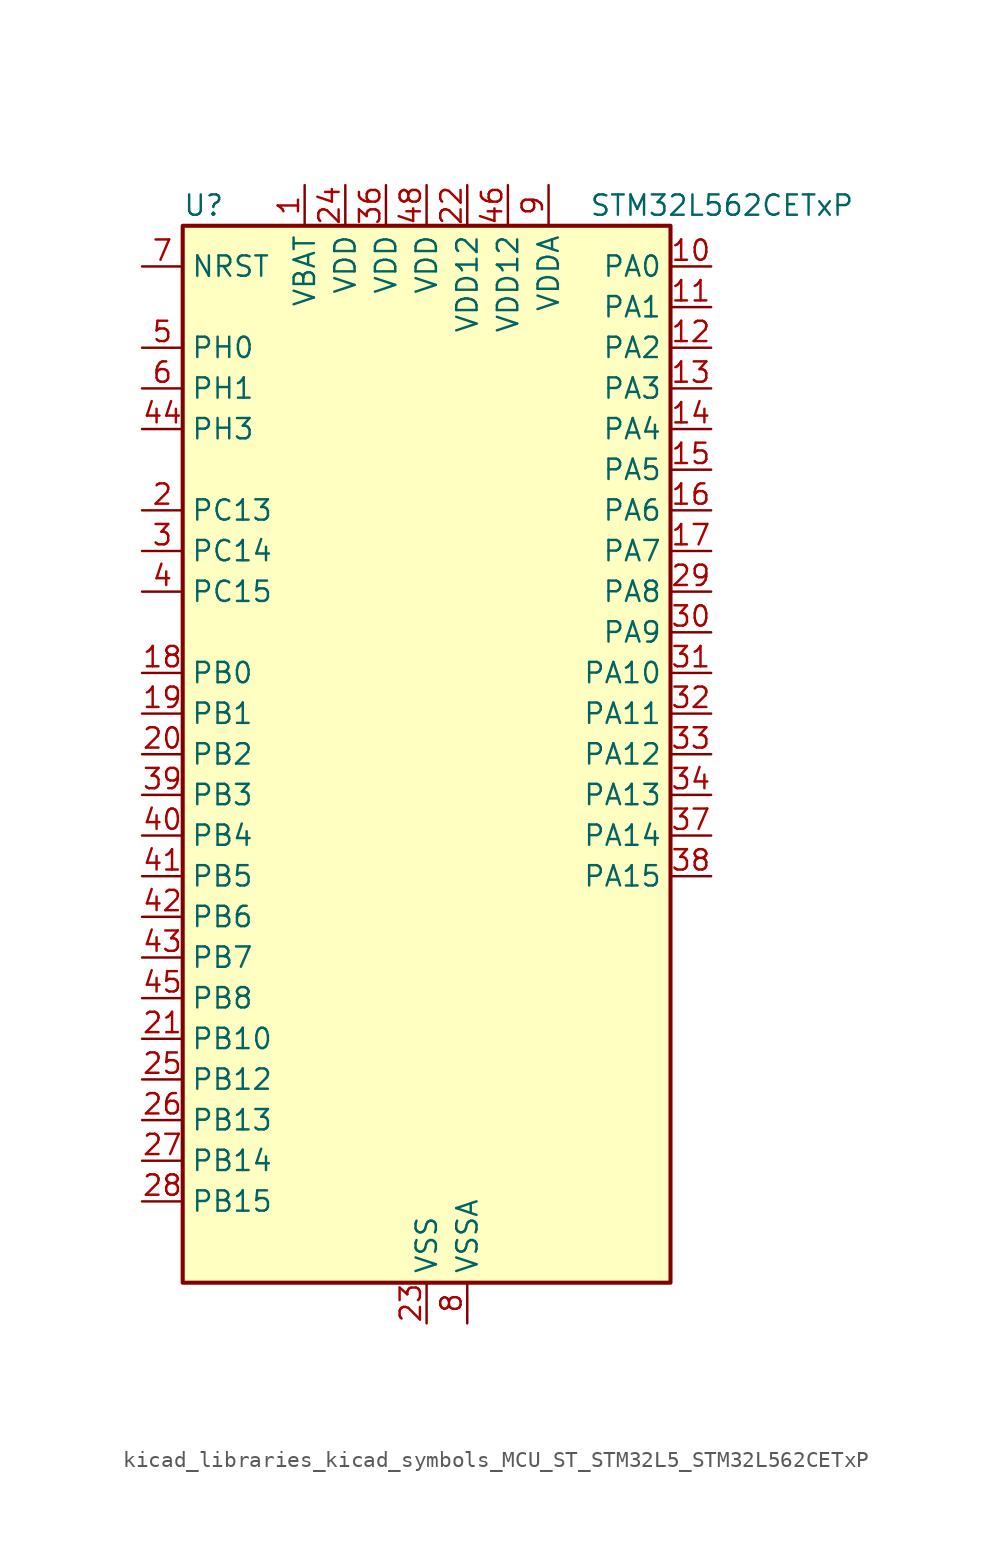
<source format=kicad_sym>
(kicad_symbol_lib
  (version 20220914)
  (generator kicad_symbol_editor)
  (symbol "kicad_libraries_kicad_symbols_MCU_ST_STM32L5_STM32L562CETxP"
    (property "Reference" "U"
      (at -15.24 34.29 0)
      (effects (font (size 1.27 1.27)) (justify left)))
    (property "Value" "STM32L562CETxP"
      (at 10.16 34.29 0)
      (effects (font (size 1.27 1.27)) (justify left)))
    (property "ki_locked" ""
      (at 0 0 0)
      (effects (font (size 1.27 1.27))))
    (symbol "kicad_libraries_kicad_symbols_MCU_ST_STM32L5_STM32L562CETxP_0_1"
      (rectangle (start -15.24 -33.02) (end 15.24 33.02) (stroke (width 0.254) (type default)) (fill (type background))))
    (symbol "kicad_libraries_kicad_symbols_MCU_ST_STM32L5_STM32L562CETxP_1_1"
      (pin power_in line (at -7.62 35.56 270) (length 2.54) (name "VBAT" (effects (font (size 1.27 1.27)))) (number "1" (effects (font (size 1.27 1.27)))))
      (pin bidirectional line (at 17.78 30.48 180) (length 2.54) (name "PA0" (effects (font (size 1.27 1.27)))) (number "10" (effects (font (size 1.27 1.27)))) (alternate "ADC1_IN5" bidirectional line) (alternate "ADC2_IN5" bidirectional line) (alternate "OPAMP1_VINP" bidirectional line) (alternate "PWR_WKUP1" bidirectional line) (alternate "SAI1_EXTCLK" bidirectional line) (alternate "TAMP_IN2" bidirectional line) (alternate "TAMP_OUT1" bidirectional line) (alternate "TIM2_CH1" bidirectional line) (alternate "TIM2_ETR" bidirectional line) (alternate "TIM5_CH1" bidirectional line) (alternate "TIM8_ETR" bidirectional line) (alternate "UART4_TX" bidirectional line) (alternate "USART2_CTS" bidirectional line) (alternate "USART2_NSS" bidirectional line))
      (pin bidirectional line (at 17.78 27.94 180) (length 2.54) (name "PA1" (effects (font (size 1.27 1.27)))) (number "11" (effects (font (size 1.27 1.27)))) (alternate "ADC1_IN6" bidirectional line) (alternate "ADC2_IN6" bidirectional line) (alternate "I2C1_SMBA" bidirectional line) (alternate "OCTOSPI1_DQS" bidirectional line) (alternate "OPAMP1_VINM" bidirectional line) (alternate "SPI1_SCK" bidirectional line) (alternate "TAMP_IN5" bidirectional line) (alternate "TAMP_OUT4" bidirectional line) (alternate "TIM15_CH1N" bidirectional line) (alternate "TIM2_CH2" bidirectional line) (alternate "TIM5_CH2" bidirectional line) (alternate "UART4_RX" bidirectional line) (alternate "USART2_DE" bidirectional line) (alternate "USART2_RTS" bidirectional line))
      (pin bidirectional line (at 17.78 25.4 180) (length 2.54) (name "PA2" (effects (font (size 1.27 1.27)))) (number "12" (effects (font (size 1.27 1.27)))) (alternate "ADC1_IN7" bidirectional line) (alternate "ADC2_IN7" bidirectional line) (alternate "COMP1_INP" bidirectional line) (alternate "LPUART1_TX" bidirectional line) (alternate "OCTOSPI1_NCS" bidirectional line) (alternate "PWR_WKUP4" bidirectional line) (alternate "RCC_LSCO" bidirectional line) (alternate "SAI2_EXTCLK" bidirectional line) (alternate "TIM15_CH1" bidirectional line) (alternate "TIM2_CH3" bidirectional line) (alternate "TIM5_CH3" bidirectional line) (alternate "UCPD1_FRSTX1" bidirectional line) (alternate "USART2_TX" bidirectional line))
      (pin bidirectional line (at 17.78 22.86 180) (length 2.54) (name "PA3" (effects (font (size 1.27 1.27)))) (number "13" (effects (font (size 1.27 1.27)))) (alternate "ADC1_IN8" bidirectional line) (alternate "ADC2_IN8" bidirectional line) (alternate "LPUART1_RX" bidirectional line) (alternate "OCTOSPI1_CLK" bidirectional line) (alternate "OPAMP1_VOUT" bidirectional line) (alternate "SAI1_CK1" bidirectional line) (alternate "SAI1_MCLK_A" bidirectional line) (alternate "TIM15_CH2" bidirectional line) (alternate "TIM2_CH4" bidirectional line) (alternate "TIM5_CH4" bidirectional line) (alternate "USART2_RX" bidirectional line))
      (pin bidirectional line (at 17.78 20.32 180) (length 2.54) (name "PA4" (effects (font (size 1.27 1.27)))) (number "14" (effects (font (size 1.27 1.27)))) (alternate "ADC1_IN9" bidirectional line) (alternate "ADC2_IN9" bidirectional line) (alternate "DAC1_OUT1" bidirectional line) (alternate "LPTIM2_OUT" bidirectional line) (alternate "OCTOSPI1_NCS" bidirectional line) (alternate "SAI1_FS_B" bidirectional line) (alternate "SPI1_NSS" bidirectional line) (alternate "SPI3_NSS" bidirectional line) (alternate "USART2_CK" bidirectional line))
      (pin bidirectional line (at 17.78 17.78 180) (length 2.54) (name "PA5" (effects (font (size 1.27 1.27)))) (number "15" (effects (font (size 1.27 1.27)))) (alternate "ADC1_IN10" bidirectional line) (alternate "ADC2_IN10" bidirectional line) (alternate "DAC1_OUT2" bidirectional line) (alternate "LPTIM2_ETR" bidirectional line) (alternate "SPI1_SCK" bidirectional line) (alternate "TIM2_CH1" bidirectional line) (alternate "TIM2_ETR" bidirectional line) (alternate "TIM8_CH1N" bidirectional line))
      (pin bidirectional line (at 17.78 15.24 180) (length 2.54) (name "PA6" (effects (font (size 1.27 1.27)))) (number "16" (effects (font (size 1.27 1.27)))) (alternate "ADC1_IN11" bidirectional line) (alternate "ADC2_IN11" bidirectional line) (alternate "LPUART1_CTS" bidirectional line) (alternate "OCTOSPI1_IO3" bidirectional line) (alternate "OPAMP2_VINP" bidirectional line) (alternate "SPI1_MISO" bidirectional line) (alternate "TIM16_CH1" bidirectional line) (alternate "TIM1_BKIN" bidirectional line) (alternate "TIM3_CH1" bidirectional line) (alternate "TIM8_BKIN" bidirectional line) (alternate "USART3_CTS" bidirectional line) (alternate "USART3_NSS" bidirectional line))
      (pin bidirectional line (at 17.78 12.7 180) (length 2.54) (name "PA7" (effects (font (size 1.27 1.27)))) (number "17" (effects (font (size 1.27 1.27)))) (alternate "ADC1_IN12" bidirectional line) (alternate "ADC2_IN12" bidirectional line) (alternate "I2C3_SCL" bidirectional line) (alternate "OCTOSPI1_IO2" bidirectional line) (alternate "OPAMP2_VINM" bidirectional line) (alternate "SPI1_MOSI" bidirectional line) (alternate "TIM17_CH1" bidirectional line) (alternate "TIM1_CH1N" bidirectional line) (alternate "TIM3_CH2" bidirectional line) (alternate "TIM8_CH1N" bidirectional line))
      (pin bidirectional line (at -17.78 5.08 0) (length 2.54) (name "PB0" (effects (font (size 1.27 1.27)))) (number "18" (effects (font (size 1.27 1.27)))) (alternate "ADC1_IN15" bidirectional line) (alternate "ADC2_IN15" bidirectional line) (alternate "COMP1_OUT" bidirectional line) (alternate "OCTOSPI1_IO1" bidirectional line) (alternate "OPAMP2_VOUT" bidirectional line) (alternate "SAI1_EXTCLK" bidirectional line) (alternate "SPI1_NSS" bidirectional line) (alternate "TIM1_CH2N" bidirectional line) (alternate "TIM3_CH3" bidirectional line) (alternate "TIM8_CH2N" bidirectional line) (alternate "USART3_CK" bidirectional line))
      (pin bidirectional line (at -17.78 2.54 0) (length 2.54) (name "PB1" (effects (font (size 1.27 1.27)))) (number "19" (effects (font (size 1.27 1.27)))) (alternate "ADC1_IN16" bidirectional line) (alternate "ADC2_IN16" bidirectional line) (alternate "COMP1_INM" bidirectional line) (alternate "DFSDM1_DATIN0" bidirectional line) (alternate "LPTIM2_IN1" bidirectional line) (alternate "LPUART1_DE" bidirectional line) (alternate "LPUART1_RTS" bidirectional line) (alternate "OCTOSPI1_IO0" bidirectional line) (alternate "TIM1_CH3N" bidirectional line) (alternate "TIM3_CH4" bidirectional line) (alternate "TIM8_CH3N" bidirectional line) (alternate "USART3_DE" bidirectional line) (alternate "USART3_RTS" bidirectional line))
      (pin bidirectional line (at -17.78 15.24 0) (length 2.54) (name "PC13" (effects (font (size 1.27 1.27)))) (number "2" (effects (font (size 1.27 1.27)))) (alternate "PWR_WKUP2" bidirectional line) (alternate "RTC_OUT1" bidirectional line) (alternate "RTC_TS" bidirectional line) (alternate "TAMP_IN1" bidirectional line) (alternate "TAMP_OUT2" bidirectional line))
      (pin bidirectional line (at -17.78 0 0) (length 2.54) (name "PB2" (effects (font (size 1.27 1.27)))) (number "20" (effects (font (size 1.27 1.27)))) (alternate "COMP1_INP" bidirectional line) (alternate "DFSDM1_CKIN0" bidirectional line) (alternate "I2C3_SMBA" bidirectional line) (alternate "LPTIM1_OUT" bidirectional line) (alternate "OCTOSPI1_DQS" bidirectional line) (alternate "RTC_OUT2" bidirectional line) (alternate "UCPD1_FRSTX1" bidirectional line))
      (pin bidirectional line (at -17.78 -17.78 0) (length 2.54) (name "PB10" (effects (font (size 1.27 1.27)))) (number "21" (effects (font (size 1.27 1.27)))) (alternate "COMP1_OUT" bidirectional line) (alternate "I2C2_SCL" bidirectional line) (alternate "I2C4_SCL" bidirectional line) (alternate "LPTIM3_OUT" bidirectional line) (alternate "LPUART1_RX" bidirectional line) (alternate "OCTOSPI1_CLK" bidirectional line) (alternate "SAI1_SCK_A" bidirectional line) (alternate "SPI2_SCK" bidirectional line) (alternate "TIM2_CH3" bidirectional line) (alternate "TSC_SYNC" bidirectional line) (alternate "USART3_TX" bidirectional line))
      (pin power_in line (at 2.54 35.56 270) (length 2.54) (name "VDD12" (effects (font (size 1.27 1.27)))) (number "22" (effects (font (size 1.27 1.27)))))
      (pin power_in line (at 0 -35.56 90) (length 2.54) (name "VSS" (effects (font (size 1.27 1.27)))) (number "23" (effects (font (size 1.27 1.27)))))
      (pin power_in line (at -5.08 35.56 270) (length 2.54) (name "VDD" (effects (font (size 1.27 1.27)))) (number "24" (effects (font (size 1.27 1.27)))))
      (pin bidirectional line (at -17.78 -20.32 0) (length 2.54) (name "PB12" (effects (font (size 1.27 1.27)))) (number "25" (effects (font (size 1.27 1.27)))) (alternate "DFSDM1_DATIN1" bidirectional line) (alternate "I2C2_SMBA" bidirectional line) (alternate "LPUART1_DE" bidirectional line) (alternate "LPUART1_RTS" bidirectional line) (alternate "OCTOSPI1_NCLK" bidirectional line) (alternate "SAI2_FS_A" bidirectional line) (alternate "SPI2_NSS" bidirectional line) (alternate "TIM15_BKIN" bidirectional line) (alternate "TIM1_BKIN" bidirectional line) (alternate "TSC_G1_IO1" bidirectional line) (alternate "USART3_CK" bidirectional line))
      (pin bidirectional line (at -17.78 -22.86 0) (length 2.54) (name "PB13" (effects (font (size 1.27 1.27)))) (number "26" (effects (font (size 1.27 1.27)))) (alternate "DFSDM1_CKIN1" bidirectional line) (alternate "I2C2_SCL" bidirectional line) (alternate "LPTIM3_IN1" bidirectional line) (alternate "LPUART1_CTS" bidirectional line) (alternate "SAI2_SCK_A" bidirectional line) (alternate "SPI2_SCK" bidirectional line) (alternate "TIM15_CH1N" bidirectional line) (alternate "TIM1_CH1N" bidirectional line) (alternate "TSC_G1_IO2" bidirectional line) (alternate "UCPD1_FRSTX2" bidirectional line) (alternate "USART3_CTS" bidirectional line) (alternate "USART3_NSS" bidirectional line))
      (pin bidirectional line (at -17.78 -25.4 0) (length 2.54) (name "PB14" (effects (font (size 1.27 1.27)))) (number "27" (effects (font (size 1.27 1.27)))) (alternate "DFSDM1_DATIN2" bidirectional line) (alternate "I2C2_SDA" bidirectional line) (alternate "LPTIM3_ETR" bidirectional line) (alternate "SAI2_MCLK_A" bidirectional line) (alternate "SPI2_MISO" bidirectional line) (alternate "TIM15_CH1" bidirectional line) (alternate "TIM1_CH2N" bidirectional line) (alternate "TIM8_CH2N" bidirectional line) (alternate "TSC_G1_IO3" bidirectional line) (alternate "UCPD1_DBCC2" bidirectional line) (alternate "USART3_DE" bidirectional line) (alternate "USART3_RTS" bidirectional line))
      (pin bidirectional line (at -17.78 -27.94 0) (length 2.54) (name "PB15" (effects (font (size 1.27 1.27)))) (number "28" (effects (font (size 1.27 1.27)))) (alternate "ADC1_EXTI15" bidirectional line) (alternate "ADC2_EXTI15" bidirectional line) (alternate "DFSDM1_CKIN2" bidirectional line) (alternate "RTC_REFIN" bidirectional line) (alternate "SAI2_SD_A" bidirectional line) (alternate "SPI2_MOSI" bidirectional line) (alternate "TIM15_CH2" bidirectional line) (alternate "TIM1_CH3N" bidirectional line) (alternate "TIM8_CH3N" bidirectional line) (alternate "UCPD1_CC2" bidirectional line))
      (pin bidirectional line (at 17.78 10.16 180) (length 2.54) (name "PA8" (effects (font (size 1.27 1.27)))) (number "29" (effects (font (size 1.27 1.27)))) (alternate "LPTIM2_OUT" bidirectional line) (alternate "RCC_MCO" bidirectional line) (alternate "SAI1_CK2" bidirectional line) (alternate "SAI1_SCK_A" bidirectional line) (alternate "TIM1_CH1" bidirectional line) (alternate "USART1_CK" bidirectional line))
      (pin bidirectional line (at -17.78 12.7 0) (length 2.54) (name "PC14" (effects (font (size 1.27 1.27)))) (number "3" (effects (font (size 1.27 1.27)))) (alternate "RCC_OSC32_IN" bidirectional line))
      (pin bidirectional line (at 17.78 7.62 180) (length 2.54) (name "PA9" (effects (font (size 1.27 1.27)))) (number "30" (effects (font (size 1.27 1.27)))) (alternate "DAC1_EXTI9" bidirectional line) (alternate "SAI1_FS_A" bidirectional line) (alternate "SPI2_SCK" bidirectional line) (alternate "TIM15_BKIN" bidirectional line) (alternate "TIM1_CH2" bidirectional line) (alternate "USART1_TX" bidirectional line))
      (pin bidirectional line (at 17.78 5.08 180) (length 2.54) (name "PA10" (effects (font (size 1.27 1.27)))) (number "31" (effects (font (size 1.27 1.27)))) (alternate "CRS_SYNC" bidirectional line) (alternate "SAI1_D1" bidirectional line) (alternate "SAI1_SD_A" bidirectional line) (alternate "TIM17_BKIN" bidirectional line) (alternate "TIM1_CH3" bidirectional line) (alternate "USART1_RX" bidirectional line))
      (pin bidirectional line (at 17.78 2.54 180) (length 2.54) (name "PA11" (effects (font (size 1.27 1.27)))) (number "32" (effects (font (size 1.27 1.27)))) (alternate "ADC1_EXTI11" bidirectional line) (alternate "ADC2_EXTI11" bidirectional line) (alternate "FDCAN1_RX" bidirectional line) (alternate "SPI1_MISO" bidirectional line) (alternate "TIM1_BKIN2" bidirectional line) (alternate "TIM1_CH4" bidirectional line) (alternate "USART1_CTS" bidirectional line) (alternate "USART1_NSS" bidirectional line) (alternate "USB_DM" bidirectional line))
      (pin bidirectional line (at 17.78 0 180) (length 2.54) (name "PA12" (effects (font (size 1.27 1.27)))) (number "33" (effects (font (size 1.27 1.27)))) (alternate "FDCAN1_TX" bidirectional line) (alternate "SPI1_MOSI" bidirectional line) (alternate "TIM1_ETR" bidirectional line) (alternate "USART1_DE" bidirectional line) (alternate "USART1_RTS" bidirectional line) (alternate "USB_DP" bidirectional line))
      (pin bidirectional line (at 17.78 -2.54 180) (length 2.54) (name "PA13" (effects (font (size 1.27 1.27)))) (number "34" (effects (font (size 1.27 1.27)))) (alternate "DEBUG_JTMS-SWDIO" bidirectional line) (alternate "IR_OUT" bidirectional line) (alternate "SAI1_SD_B" bidirectional line) (alternate "USB_NOE" bidirectional line))
      (pin passive line (at 0 -35.56 90) (length 2.54) hide (name "VSS" (effects (font (size 1.27 1.27)))) (number "35" (effects (font (size 1.27 1.27)))))
      (pin power_in line (at -2.54 35.56 270) (length 2.54) (name "VDD" (effects (font (size 1.27 1.27)))) (number "36" (effects (font (size 1.27 1.27)))))
      (pin bidirectional line (at 17.78 -5.08 180) (length 2.54) (name "PA14" (effects (font (size 1.27 1.27)))) (number "37" (effects (font (size 1.27 1.27)))) (alternate "DEBUG_JTCK-SWCLK" bidirectional line) (alternate "I2C1_SMBA" bidirectional line) (alternate "I2C4_SMBA" bidirectional line) (alternate "LPTIM1_OUT" bidirectional line) (alternate "SAI1_FS_B" bidirectional line))
      (pin bidirectional line (at 17.78 -7.62 180) (length 2.54) (name "PA15" (effects (font (size 1.27 1.27)))) (number "38" (effects (font (size 1.27 1.27)))) (alternate "ADC1_EXTI15" bidirectional line) (alternate "ADC2_EXTI15" bidirectional line) (alternate "DEBUG_JTDI" bidirectional line) (alternate "SAI2_FS_B" bidirectional line) (alternate "SPI1_NSS" bidirectional line) (alternate "SPI3_NSS" bidirectional line) (alternate "TIM2_CH1" bidirectional line) (alternate "TIM2_ETR" bidirectional line) (alternate "UART4_DE" bidirectional line) (alternate "UART4_RTS" bidirectional line) (alternate "UCPD1_CC1" bidirectional line) (alternate "USART2_RX" bidirectional line) (alternate "USART3_DE" bidirectional line) (alternate "USART3_RTS" bidirectional line))
      (pin bidirectional line (at -17.78 -2.54 0) (length 2.54) (name "PB3" (effects (font (size 1.27 1.27)))) (number "39" (effects (font (size 1.27 1.27)))) (alternate "COMP2_INM" bidirectional line) (alternate "CRS_SYNC" bidirectional line) (alternate "DEBUG_JTDO-SWO" bidirectional line) (alternate "SAI1_SCK_B" bidirectional line) (alternate "SPI1_SCK" bidirectional line) (alternate "SPI3_SCK" bidirectional line) (alternate "TIM2_CH2" bidirectional line) (alternate "USART1_DE" bidirectional line) (alternate "USART1_RTS" bidirectional line))
      (pin bidirectional line (at -17.78 10.16 0) (length 2.54) (name "PC15" (effects (font (size 1.27 1.27)))) (number "4" (effects (font (size 1.27 1.27)))) (alternate "ADC1_EXTI15" bidirectional line) (alternate "ADC2_EXTI15" bidirectional line) (alternate "RCC_OSC32_OUT" bidirectional line))
      (pin bidirectional line (at -17.78 -5.08 0) (length 2.54) (name "PB4" (effects (font (size 1.27 1.27)))) (number "40" (effects (font (size 1.27 1.27)))) (alternate "COMP2_INP" bidirectional line) (alternate "DEBUG_JTRST" bidirectional line) (alternate "I2C3_SDA" bidirectional line) (alternate "SAI1_MCLK_B" bidirectional line) (alternate "SPI1_MISO" bidirectional line) (alternate "SPI3_MISO" bidirectional line) (alternate "TIM17_BKIN" bidirectional line) (alternate "TIM3_CH1" bidirectional line) (alternate "TSC_G2_IO1" bidirectional line) (alternate "USART1_CTS" bidirectional line) (alternate "USART1_NSS" bidirectional line))
      (pin bidirectional line (at -17.78 -7.62 0) (length 2.54) (name "PB5" (effects (font (size 1.27 1.27)))) (number "41" (effects (font (size 1.27 1.27)))) (alternate "COMP2_OUT" bidirectional line) (alternate "I2C1_SMBA" bidirectional line) (alternate "LPTIM1_IN1" bidirectional line) (alternate "OCTOSPI1_NCLK" bidirectional line) (alternate "SAI1_SD_B" bidirectional line) (alternate "SPI1_MOSI" bidirectional line) (alternate "SPI3_MOSI" bidirectional line) (alternate "TIM16_BKIN" bidirectional line) (alternate "TIM3_CH2" bidirectional line) (alternate "TSC_G2_IO2" bidirectional line) (alternate "UCPD1_DBCC1" bidirectional line) (alternate "USART1_CK" bidirectional line))
      (pin bidirectional line (at -17.78 -10.16 0) (length 2.54) (name "PB6" (effects (font (size 1.27 1.27)))) (number "42" (effects (font (size 1.27 1.27)))) (alternate "COMP2_INP" bidirectional line) (alternate "I2C1_SCL" bidirectional line) (alternate "I2C4_SCL" bidirectional line) (alternate "LPTIM1_ETR" bidirectional line) (alternate "SAI1_FS_B" bidirectional line) (alternate "TIM16_CH1N" bidirectional line) (alternate "TIM4_CH1" bidirectional line) (alternate "TIM8_BKIN2" bidirectional line) (alternate "TSC_G2_IO3" bidirectional line) (alternate "USART1_TX" bidirectional line))
      (pin bidirectional line (at -17.78 -12.7 0) (length 2.54) (name "PB7" (effects (font (size 1.27 1.27)))) (number "43" (effects (font (size 1.27 1.27)))) (alternate "COMP2_INM" bidirectional line) (alternate "I2C1_SDA" bidirectional line) (alternate "I2C4_SDA" bidirectional line) (alternate "LPTIM1_IN2" bidirectional line) (alternate "PWR_PVD_IN" bidirectional line) (alternate "TIM17_CH1N" bidirectional line) (alternate "TIM4_CH2" bidirectional line) (alternate "TIM8_BKIN" bidirectional line) (alternate "TSC_G2_IO4" bidirectional line) (alternate "UART4_CTS" bidirectional line) (alternate "USART1_RX" bidirectional line))
      (pin bidirectional line (at -17.78 20.32 0) (length 2.54) (name "PH3" (effects (font (size 1.27 1.27)))) (number "44" (effects (font (size 1.27 1.27)))))
      (pin bidirectional line (at -17.78 -15.24 0) (length 2.54) (name "PB8" (effects (font (size 1.27 1.27)))) (number "45" (effects (font (size 1.27 1.27)))) (alternate "DFSDM1_CKOUT" bidirectional line) (alternate "FDCAN1_RX" bidirectional line) (alternate "I2C1_SCL" bidirectional line) (alternate "SAI1_CK1" bidirectional line) (alternate "SAI1_MCLK_A" bidirectional line) (alternate "TIM16_CH1" bidirectional line) (alternate "TIM4_CH3" bidirectional line))
      (pin power_in line (at 5.08 35.56 270) (length 2.54) (name "VDD12" (effects (font (size 1.27 1.27)))) (number "46" (effects (font (size 1.27 1.27)))))
      (pin passive line (at 0 -35.56 90) (length 2.54) hide (name "VSS" (effects (font (size 1.27 1.27)))) (number "47" (effects (font (size 1.27 1.27)))))
      (pin power_in line (at 0 35.56 270) (length 2.54) (name "VDD" (effects (font (size 1.27 1.27)))) (number "48" (effects (font (size 1.27 1.27)))))
      (pin bidirectional line (at -17.78 25.4 0) (length 2.54) (name "PH0" (effects (font (size 1.27 1.27)))) (number "5" (effects (font (size 1.27 1.27)))) (alternate "RCC_OSC_IN" bidirectional line))
      (pin bidirectional line (at -17.78 22.86 0) (length 2.54) (name "PH1" (effects (font (size 1.27 1.27)))) (number "6" (effects (font (size 1.27 1.27)))) (alternate "RCC_OSC_OUT" bidirectional line))
      (pin input line (at -17.78 30.48 0) (length 2.54) (name "NRST" (effects (font (size 1.27 1.27)))) (number "7" (effects (font (size 1.27 1.27)))))
      (pin power_in line (at 2.54 -35.56 90) (length 2.54) (name "VSSA" (effects (font (size 1.27 1.27)))) (number "8" (effects (font (size 1.27 1.27)))))
      (pin power_in line (at 7.62 35.56 270) (length 2.54) (name "VDDA" (effects (font (size 1.27 1.27)))) (number "9" (effects (font (size 1.27 1.27))))))))
</source>
